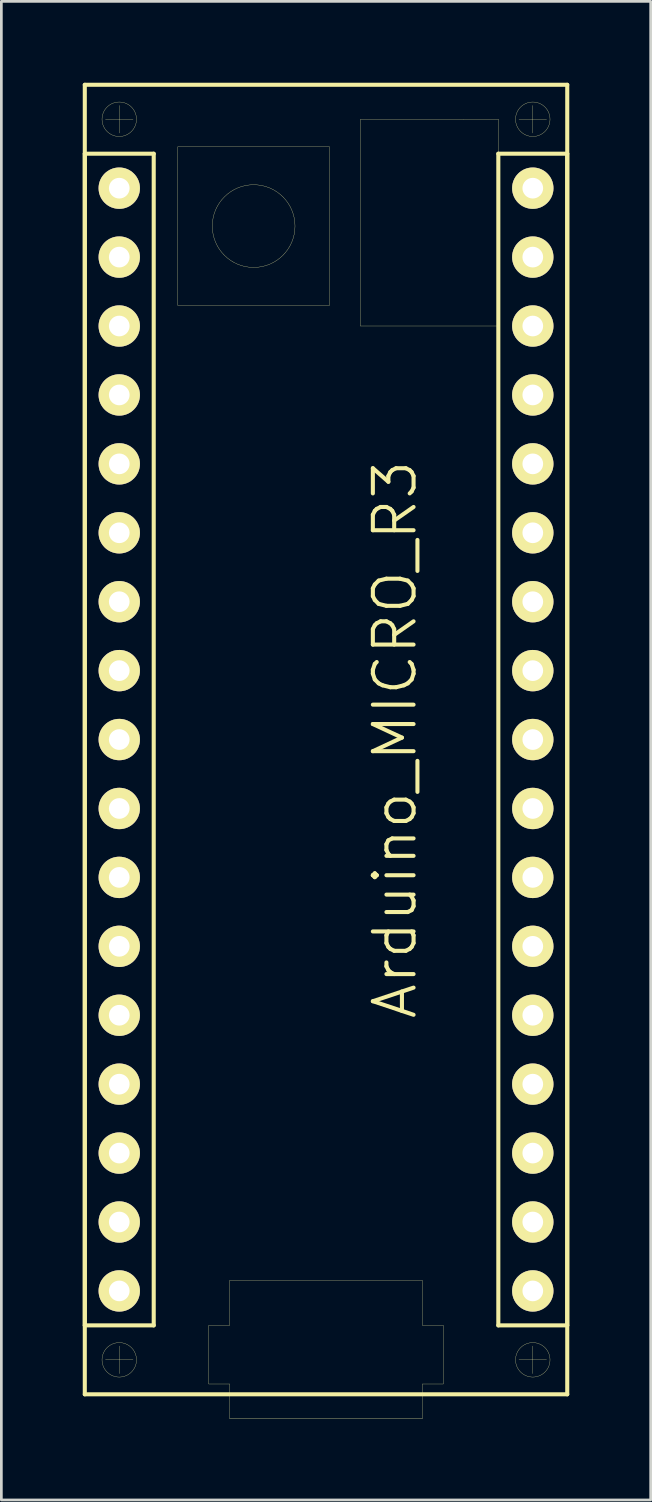
<source format=kicad_pcb>
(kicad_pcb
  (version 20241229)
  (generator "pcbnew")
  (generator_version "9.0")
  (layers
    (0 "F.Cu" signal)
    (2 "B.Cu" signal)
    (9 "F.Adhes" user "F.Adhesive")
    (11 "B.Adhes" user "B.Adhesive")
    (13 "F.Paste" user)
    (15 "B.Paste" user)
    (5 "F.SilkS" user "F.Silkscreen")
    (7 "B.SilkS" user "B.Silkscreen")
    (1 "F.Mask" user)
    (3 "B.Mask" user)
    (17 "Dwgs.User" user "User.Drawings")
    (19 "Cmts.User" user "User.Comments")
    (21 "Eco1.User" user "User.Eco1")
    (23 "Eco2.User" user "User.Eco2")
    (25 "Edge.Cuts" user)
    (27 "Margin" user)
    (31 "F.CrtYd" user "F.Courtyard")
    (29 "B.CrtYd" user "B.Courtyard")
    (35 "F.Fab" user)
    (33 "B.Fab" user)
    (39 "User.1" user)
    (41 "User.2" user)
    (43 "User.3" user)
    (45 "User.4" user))
  (footprint "Arduino_MICRO_R3"
    (layer "F.Cu")
    (at 8.965 24.205)
    (property "Reference" "Arduino_MICRO_R3" (at 2.54 0 90) (layer "F.SilkS") (effects (font (size 1.5 1.5) (thickness 0.15))))
    (attr through_hole)
    (fp_line (start -8.89 -24.13) (end 8.89 -24.13) (stroke (width 0.15) (type solid)) (layer "F.SilkS"))
    (fp_line (start -8.89 -21.59) (end -6.35 -21.59) (stroke (width 0.15) (type solid)) (layer "F.SilkS"))
    (fp_line (start -8.89 21.59) (end -8.89 -21.59) (stroke (width 0.15) (type solid)) (layer "F.SilkS"))
    (fp_line (start -8.89 24.13) (end -8.89 -24.13) (stroke (width 0.15) (type solid)) (layer "F.SilkS"))
    (fp_line (start -8.128 -22.86) (end -7.112 -22.86) (stroke (width 0.01) (type solid)) (layer "F.SilkS"))
    (fp_line (start -8.128 22.86) (end -7.112 22.86) (stroke (width 0.01) (type solid)) (layer "F.SilkS"))
    (fp_line (start -7.62 -23.368) (end -7.62 -22.352) (stroke (width 0.01) (type solid)) (layer "F.SilkS"))
    (fp_line (start -7.62 22.352) (end -7.62 23.368) (stroke (width 0.01) (type solid)) (layer "F.SilkS"))
    (fp_line (start -6.35 -21.59) (end -6.35 21.59) (stroke (width 0.15) (type solid)) (layer "F.SilkS"))
    (fp_line (start -6.35 21.59) (end -8.89 21.59) (stroke (width 0.15) (type solid)) (layer "F.SilkS"))
    (fp_line (start -5.461 -21.844) (end 0.127 -21.844) (stroke (width 0.01) (type solid)) (layer "F.SilkS"))
    (fp_line (start -5.461 -16.002) (end -5.461 -21.844) (stroke (width 0.01) (type solid)) (layer "F.SilkS"))
    (fp_line (start -4.318 21.59) (end -4.318 23.749) (stroke (width 0.01) (type solid)) (layer "F.SilkS"))
    (fp_line (start -4.318 23.749) (end -3.556 23.749) (stroke (width 0.01) (type solid)) (layer "F.SilkS"))
    (fp_line (start -3.556 19.939) (end -3.556 21.59) (stroke (width 0.01) (type solid)) (layer "F.SilkS"))
    (fp_line (start -3.556 21.59) (end -4.318 21.59) (stroke (width 0.01) (type solid)) (layer "F.SilkS"))
    (fp_line (start -3.556 23.749) (end -3.556 25.019) (stroke (width 0.01) (type solid)) (layer "F.SilkS"))
    (fp_line (start -3.556 25.019) (end 3.556 25.019) (stroke (width 0.01) (type solid)) (layer "F.SilkS"))
    (fp_line (start 0.127 -21.844) (end 0.127 -16.002) (stroke (width 0.01) (type solid)) (layer "F.SilkS"))
    (fp_line (start 0.127 -16.002) (end -5.461 -16.002) (stroke (width 0.01) (type solid)) (layer "F.SilkS"))
    (fp_line (start 1.27 -22.86) (end 5.08 -22.86) (stroke (width 0.01) (type solid)) (layer "F.SilkS"))
    (fp_line (start 1.27 -15.24) (end 1.27 -22.86) (stroke (width 0.01) (type solid)) (layer "F.SilkS"))
    (fp_line (start 3.556 19.939) (end -3.556 19.939) (stroke (width 0.01) (type solid)) (layer "F.SilkS"))
    (fp_line (start 3.556 21.59) (end 3.556 19.939) (stroke (width 0.01) (type solid)) (layer "F.SilkS"))
    (fp_line (start 3.556 23.749) (end 4.318 23.749) (stroke (width 0.01) (type solid)) (layer "F.SilkS"))
    (fp_line (start 3.556 25.019) (end 3.556 23.749) (stroke (width 0.01) (type solid)) (layer "F.SilkS"))
    (fp_line (start 4.318 21.59) (end 3.556 21.59) (stroke (width 0.01) (type solid)) (layer "F.SilkS"))
    (fp_line (start 4.318 23.749) (end 4.318 21.59) (stroke (width 0.01) (type solid)) (layer "F.SilkS"))
    (fp_line (start 5.08 -22.86) (end 6.35 -22.86) (stroke (width 0.01) (type solid)) (layer "F.SilkS"))
    (fp_line (start 6.35 -22.86) (end 6.35 -15.24) (stroke (width 0.01) (type solid)) (layer "F.SilkS"))
    (fp_line (start 6.35 -21.59) (end 8.89 -21.59) (stroke (width 0.15) (type solid)) (layer "F.SilkS"))
    (fp_line (start 6.35 -15.24) (end 1.27 -15.24) (stroke (width 0.01) (type solid)) (layer "F.SilkS"))
    (fp_line (start 6.35 21.59) (end 6.35 -21.59) (stroke (width 0.15) (type solid)) (layer "F.SilkS"))
    (fp_line (start 7.112 -22.86) (end 8.128 -22.86) (stroke (width 0.01) (type solid)) (layer "F.SilkS"))
    (fp_line (start 7.112 22.86) (end 8.128 22.86) (stroke (width 0.01) (type solid)) (layer "F.SilkS"))
    (fp_line (start 7.62 -23.368) (end 7.62 -22.352) (stroke (width 0.01) (type solid)) (layer "F.SilkS"))
    (fp_line (start 7.62 22.352) (end 7.62 23.368) (stroke (width 0.01) (type solid)) (layer "F.SilkS"))
    (fp_line (start 8.89 -24.13) (end 8.89 24.13) (stroke (width 0.15) (type solid)) (layer "F.SilkS"))
    (fp_line (start 8.89 -21.59) (end 8.89 21.59) (stroke (width 0.15) (type solid)) (layer "F.SilkS"))
    (fp_line (start 8.89 21.59) (end 6.35 21.59) (stroke (width 0.15) (type solid)) (layer "F.SilkS"))
    (fp_line (start 8.89 24.13) (end -8.89 24.13) (stroke (width 0.15) (type solid)) (layer "F.SilkS"))
    (fp_circle (center -7.62 -22.86) (end -8.255 -22.86) (stroke (width 0.01) (type solid)) (fill no) (layer "F.SilkS"))
    (fp_circle (center -7.62 22.86) (end -8.255 22.86) (stroke (width 0.01) (type solid)) (fill no) (layer "F.SilkS"))
    (fp_circle (center -2.667 -18.923) (end -4.191 -18.923) (stroke (width 0.01) (type solid)) (fill no) (layer "F.SilkS"))
    (fp_circle (center 7.62 -22.86) (end 6.985 -22.86) (stroke (width 0.01) (type solid)) (fill no) (layer "F.SilkS"))
    (fp_circle (center 7.62 22.86) (end 6.985 22.86) (stroke (width 0.01) (type solid)) (fill no) (layer "F.SilkS"))
    (pad "0" thru_hole circle (at -7.62 -12.7) (size 1.524 1.524) (drill 0.762) (layers "*.Cu" "*.Mask" "F.SilkS"))
    (pad "1" thru_hole circle (at -7.62 -15.24) (size 1.524 1.524) (drill 0.762) (layers "*.Cu" "*.Mask" "F.SilkS"))
    (pad "2" thru_hole circle (at -7.62 -5.08) (size 1.524 1.524) (drill 0.762) (layers "*.Cu" "*.Mask" "F.SilkS"))
    (pad "3" thru_hole circle (at -7.62 -2.54) (size 1.524 1.524) (drill 0.762) (layers "*.Cu" "*.Mask" "F.SilkS"))
    (pad "3V3" thru_hole circle (at 7.62 17.78) (size 1.524 1.524) (drill 0.762) (layers "*.Cu" "*.Mask" "F.SilkS"))
    (pad "4" thru_hole circle (at -7.62 0) (size 1.524 1.524) (drill 0.762) (layers "*.Cu" "*.Mask" "F.SilkS"))
    (pad "5" thru_hole circle (at -7.62 2.54) (size 1.524 1.524) (drill 0.762) (layers "*.Cu" "*.Mask" "F.SilkS"))
    (pad "5V" thru_hole circle (at 7.62 -7.62) (size 1.524 1.524) (drill 0.762) (layers "*.Cu" "*.Mask" "F.SilkS"))
    (pad "6" thru_hole circle (at -7.62 5.08) (size 1.524 1.524) (drill 0.762) (layers "*.Cu" "*.Mask" "F.SilkS"))
    (pad "7" thru_hole circle (at -7.62 7.62) (size 1.524 1.524) (drill 0.762) (layers "*.Cu" "*.Mask" "F.SilkS"))
    (pad "8" thru_hole circle (at -7.62 10.16) (size 1.524 1.524) (drill 0.762) (layers "*.Cu" "*.Mask" "F.SilkS"))
    (pad "9" thru_hole circle (at -7.62 12.7) (size 1.524 1.524) (drill 0.762) (layers "*.Cu" "*.Mask" "F.SilkS"))
    (pad "10" thru_hole circle (at -7.62 15.24) (size 1.524 1.524) (drill 0.762) (layers "*.Cu" "*.Mask" "F.SilkS"))
    (pad "11" thru_hole circle (at -7.62 17.78) (size 1.524 1.524) (drill 0.762) (layers "*.Cu" "*.Mask" "F.SilkS"))
    (pad "12" thru_hole circle (at -7.62 20.32) (size 1.524 1.524) (drill 0.762) (layers "*.Cu" "*.Mask" "F.SilkS"))
    (pad "13" thru_hole circle (at 7.62 20.32) (size 1.524 1.524) (drill 0.762) (layers "*.Cu" "*.Mask" "F.SilkS"))
    (pad "A0" thru_hole circle (at 7.62 12.7) (size 1.524 1.524) (drill 0.762) (layers "*.Cu" "*.Mask" "F.SilkS"))
    (pad "A1" thru_hole circle (at 7.62 10.16) (size 1.524 1.524) (drill 0.762) (layers "*.Cu" "*.Mask" "F.SilkS"))
    (pad "A2" thru_hole circle (at 7.62 7.62) (size 1.524 1.524) (drill 0.762) (layers "*.Cu" "*.Mask" "F.SilkS"))
    (pad "A3" thru_hole circle (at 7.62 5.08) (size 1.524 1.524) (drill 0.762) (layers "*.Cu" "*.Mask" "F.SilkS"))
    (pad "A4" thru_hole circle (at 7.62 2.54) (size 1.524 1.524) (drill 0.762) (layers "*.Cu" "*.Mask" "F.SilkS"))
    (pad "A5" thru_hole circle (at 7.62 0) (size 1.524 1.524) (drill 0.762) (layers "*.Cu" "*.Mask" "F.SilkS"))
    (pad "AREF" thru_hole circle (at 7.62 15.24) (size 1.524 1.524) (drill 0.762) (layers "*.Cu" "*.Mask" "F.SilkS"))
    (pad "GND1" thru_hole circle (at -7.62 -7.62) (size 1.524 1.524) (drill 0.762) (layers "*.Cu" "*.Mask" "F.SilkS"))
    (pad "GND2" thru_hole circle (at 7.62 -12.7) (size 1.524 1.524) (drill 0.762) (layers "*.Cu" "*.Mask" "F.SilkS"))
    (pad "MISO" thru_hole circle (at 7.62 -17.78) (size 1.524 1.524) (drill 0.762) (layers "*.Cu" "*.Mask" "F.SilkS"))
    (pad "MOSI" thru_hole circle (at -7.62 -20.32) (size 1.524 1.524) (drill 0.762) (layers "*.Cu" "*.Mask" "F.SilkS"))
    (pad "NC" thru_hole circle (at 7.62 -5.08) (size 1.524 1.524) (drill 0.762) (layers "*.Cu" "*.Mask" "F.SilkS"))
    (pad "NC" thru_hole circle (at 7.62 -2.54) (size 1.524 1.524) (drill 0.762) (layers "*.Cu" "*.Mask" "F.SilkS"))
    (pad "RST1" thru_hole circle (at -7.62 -10.16) (size 1.524 1.524) (drill 0.762) (layers "*.Cu" "*.Mask" "F.SilkS"))
    (pad "RST2" thru_hole circle (at 7.62 -10.16) (size 1.524 1.524) (drill 0.762) (layers "*.Cu" "*.Mask" "F.SilkS"))
    (pad "SCK" thru_hole circle (at 7.62 -20.32) (size 1.524 1.524) (drill 0.762) (layers "*.Cu" "*.Mask" "F.SilkS"))
    (pad "SS" thru_hole circle (at -7.62 -17.78) (size 1.524 1.524) (drill 0.762) (layers "*.Cu" "*.Mask" "F.SilkS"))
    (pad "VIN" thru_hole circle (at 7.62 -15.24) (size 1.524 1.524) (drill 0.762) (layers "*.Cu" "*.Mask" "F.SilkS")))
  (gr_rect
    (start -3 -3)
    (end 20.93 52.229)
    (stroke (width 0.1) (type default))
    (fill no)
    (layer "Edge.Cuts")))
</source>
